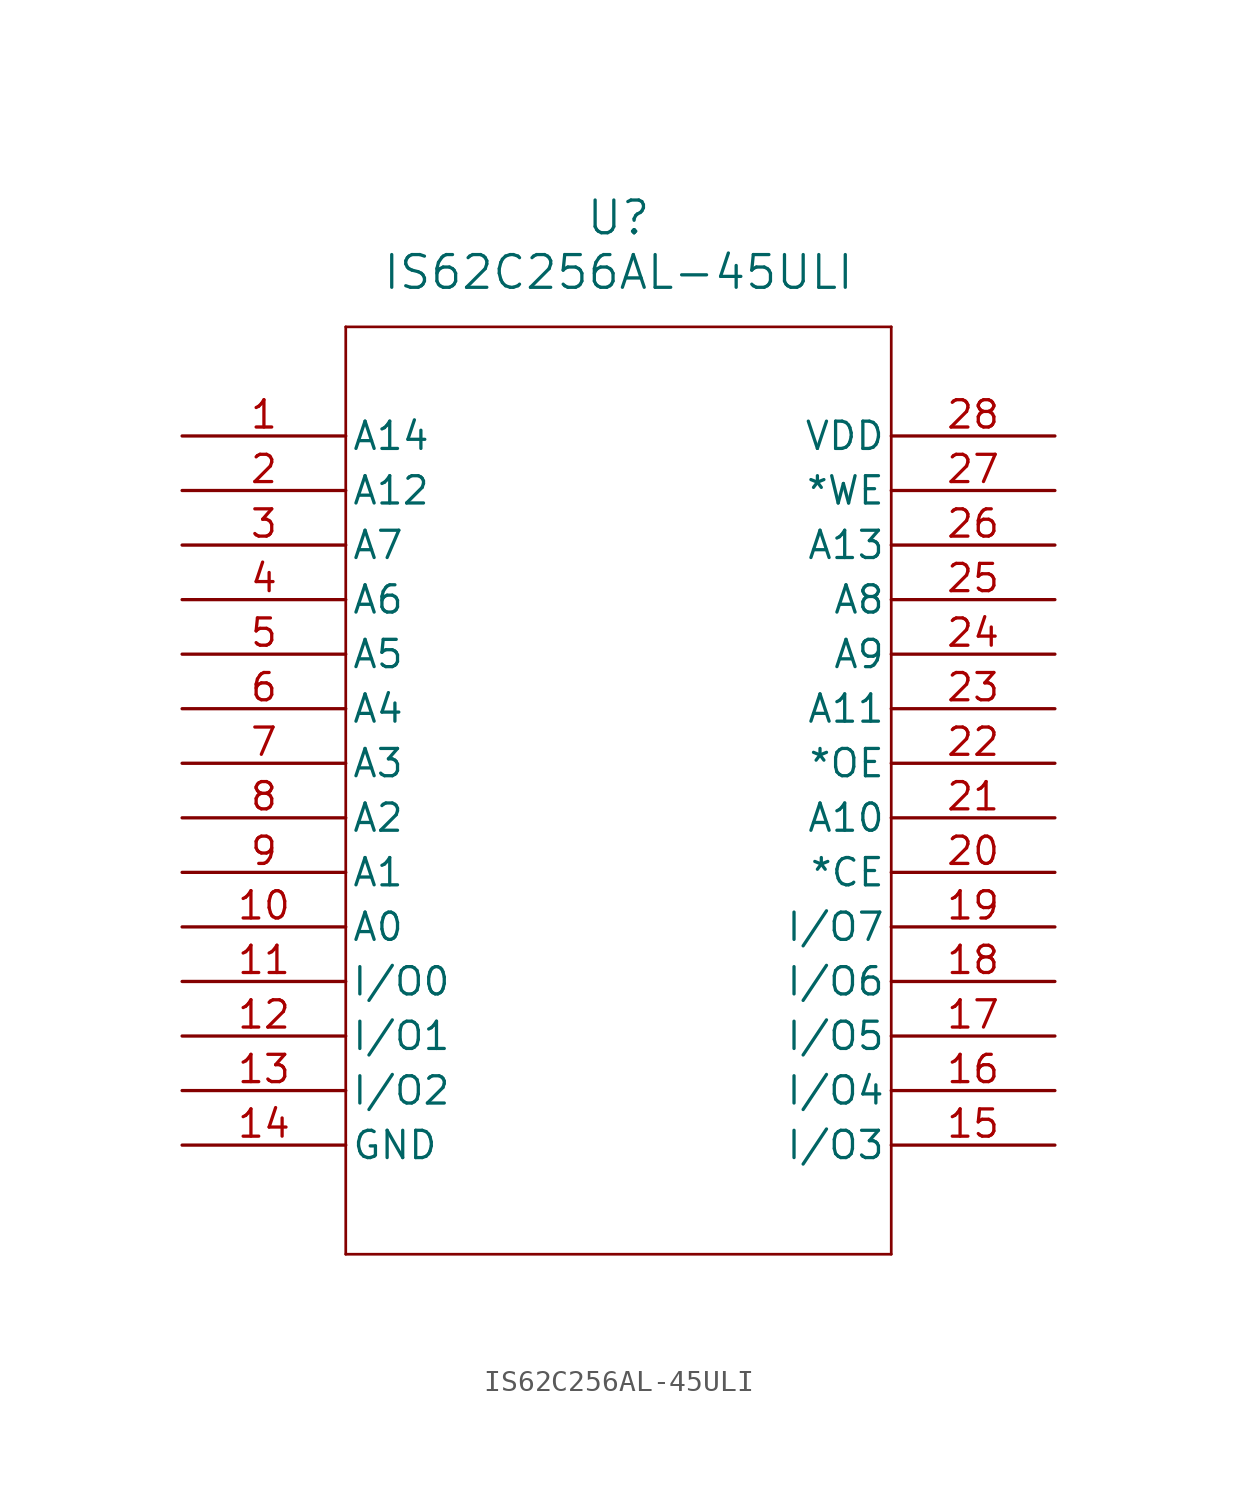
<source format=kicad_sym>
(kicad_symbol_lib
  (version 20211014)
  (generator kicad_symbol_editor)
  (symbol "IS62C256AL-45ULI"
    (pin_names
      (offset 0.254))
    (property "Reference" "U"
      (at 20.32 10.16 0)
      (effects (font (size 1.524 1.524))))
    (property "Value" "IS62C256AL-45ULI"
      (at 20.32 7.62 0)
      (effects (font (size 1.524 1.524))))
    (symbol "IS62C256AL-45ULI_0_1"
      (polyline (pts (xy 7.62 5.08) (xy 7.62 -38.1)) (stroke (width 0.127) (type default) (color 0 0 0 0)) (fill (type none)))
      (polyline (pts (xy 7.62 -38.1) (xy 33.02 -38.1)) (stroke (width 0.127) (type default) (color 0 0 0 0)) (fill (type none)))
      (polyline (pts (xy 33.02 -38.1) (xy 33.02 5.08)) (stroke (width 0.127) (type default) (color 0 0 0 0)) (fill (type none)))
      (polyline (pts (xy 33.02 5.08) (xy 7.62 5.08)) (stroke (width 0.127) (type default) (color 0 0 0 0)) (fill (type none)))
      (pin input line (at 0 0 0) (length 7.62) (name "A14" (effects (font (size 1.27 1.27)))) (number "1" (effects (font (size 1.27 1.27)))))
      (pin input line (at 0 -2.54 0) (length 7.62) (name "A12" (effects (font (size 1.27 1.27)))) (number "2" (effects (font (size 1.27 1.27)))))
      (pin input line (at 0 -5.08 0) (length 7.62) (name "A7" (effects (font (size 1.27 1.27)))) (number "3" (effects (font (size 1.27 1.27)))))
      (pin input line (at 0 -7.62 0) (length 7.62) (name "A6" (effects (font (size 1.27 1.27)))) (number "4" (effects (font (size 1.27 1.27)))))
      (pin input line (at 0 -10.16 0) (length 7.62) (name "A5" (effects (font (size 1.27 1.27)))) (number "5" (effects (font (size 1.27 1.27)))))
      (pin input line (at 0 -12.7 0) (length 7.62) (name "A4" (effects (font (size 1.27 1.27)))) (number "6" (effects (font (size 1.27 1.27)))))
      (pin input line (at 0 -15.24 0) (length 7.62) (name "A3" (effects (font (size 1.27 1.27)))) (number "7" (effects (font (size 1.27 1.27)))))
      (pin input line (at 0 -17.78 0) (length 7.62) (name "A2" (effects (font (size 1.27 1.27)))) (number "8" (effects (font (size 1.27 1.27)))))
      (pin input line (at 0 -20.32 0) (length 7.62) (name "A1" (effects (font (size 1.27 1.27)))) (number "9" (effects (font (size 1.27 1.27)))))
      (pin input line (at 0 -22.86 0) (length 7.62) (name "A0" (effects (font (size 1.27 1.27)))) (number "10" (effects (font (size 1.27 1.27)))))
      (pin bidirectional line (at 0 -25.4 0) (length 7.62) (name "I/O0" (effects (font (size 1.27 1.27)))) (number "11" (effects (font (size 1.27 1.27)))))
      (pin bidirectional line (at 0 -27.94 0) (length 7.62) (name "I/O1" (effects (font (size 1.27 1.27)))) (number "12" (effects (font (size 1.27 1.27)))))
      (pin bidirectional line (at 0 -30.48 0) (length 7.62) (name "I/O2" (effects (font (size 1.27 1.27)))) (number "13" (effects (font (size 1.27 1.27)))))
      (pin power_out line (at 0 -33.02 0) (length 7.62) (name "GND" (effects (font (size 1.27 1.27)))) (number "14" (effects (font (size 1.27 1.27)))))
      (pin bidirectional line (at 40.64 -33.02 180) (length 7.62) (name "I/O3" (effects (font (size 1.27 1.27)))) (number "15" (effects (font (size 1.27 1.27)))))
      (pin bidirectional line (at 40.64 -30.48 180) (length 7.62) (name "I/O4" (effects (font (size 1.27 1.27)))) (number "16" (effects (font (size 1.27 1.27)))))
      (pin bidirectional line (at 40.64 -27.94 180) (length 7.62) (name "I/O5" (effects (font (size 1.27 1.27)))) (number "17" (effects (font (size 1.27 1.27)))))
      (pin bidirectional line (at 40.64 -25.4 180) (length 7.62) (name "I/O6" (effects (font (size 1.27 1.27)))) (number "18" (effects (font (size 1.27 1.27)))))
      (pin bidirectional line (at 40.64 -22.86 180) (length 7.62) (name "I/O7" (effects (font (size 1.27 1.27)))) (number "19" (effects (font (size 1.27 1.27)))))
      (pin input line (at 40.64 -20.32 180) (length 7.62) (name "*CE" (effects (font (size 1.27 1.27)))) (number "20" (effects (font (size 1.27 1.27)))))
      (pin input line (at 40.64 -17.78 180) (length 7.62) (name "A10" (effects (font (size 1.27 1.27)))) (number "21" (effects (font (size 1.27 1.27)))))
      (pin input line (at 40.64 -15.24 180) (length 7.62) (name "*OE" (effects (font (size 1.27 1.27)))) (number "22" (effects (font (size 1.27 1.27)))))
      (pin input line (at 40.64 -12.7 180) (length 7.62) (name "A11" (effects (font (size 1.27 1.27)))) (number "23" (effects (font (size 1.27 1.27)))))
      (pin input line (at 40.64 -10.16 180) (length 7.62) (name "A9" (effects (font (size 1.27 1.27)))) (number "24" (effects (font (size 1.27 1.27)))))
      (pin input line (at 40.64 -7.62 180) (length 7.62) (name "A8" (effects (font (size 1.27 1.27)))) (number "25" (effects (font (size 1.27 1.27)))))
      (pin input line (at 40.64 -5.08 180) (length 7.62) (name "A13" (effects (font (size 1.27 1.27)))) (number "26" (effects (font (size 1.27 1.27)))))
      (pin input line (at 40.64 -2.54 180) (length 7.62) (name "*WE" (effects (font (size 1.27 1.27)))) (number "27" (effects (font (size 1.27 1.27)))))
      (pin power_in line (at 40.64 0 180) (length 7.62) (name "VDD" (effects (font (size 1.27 1.27)))) (number "28" (effects (font (size 1.27 1.27))))))))
</source>
